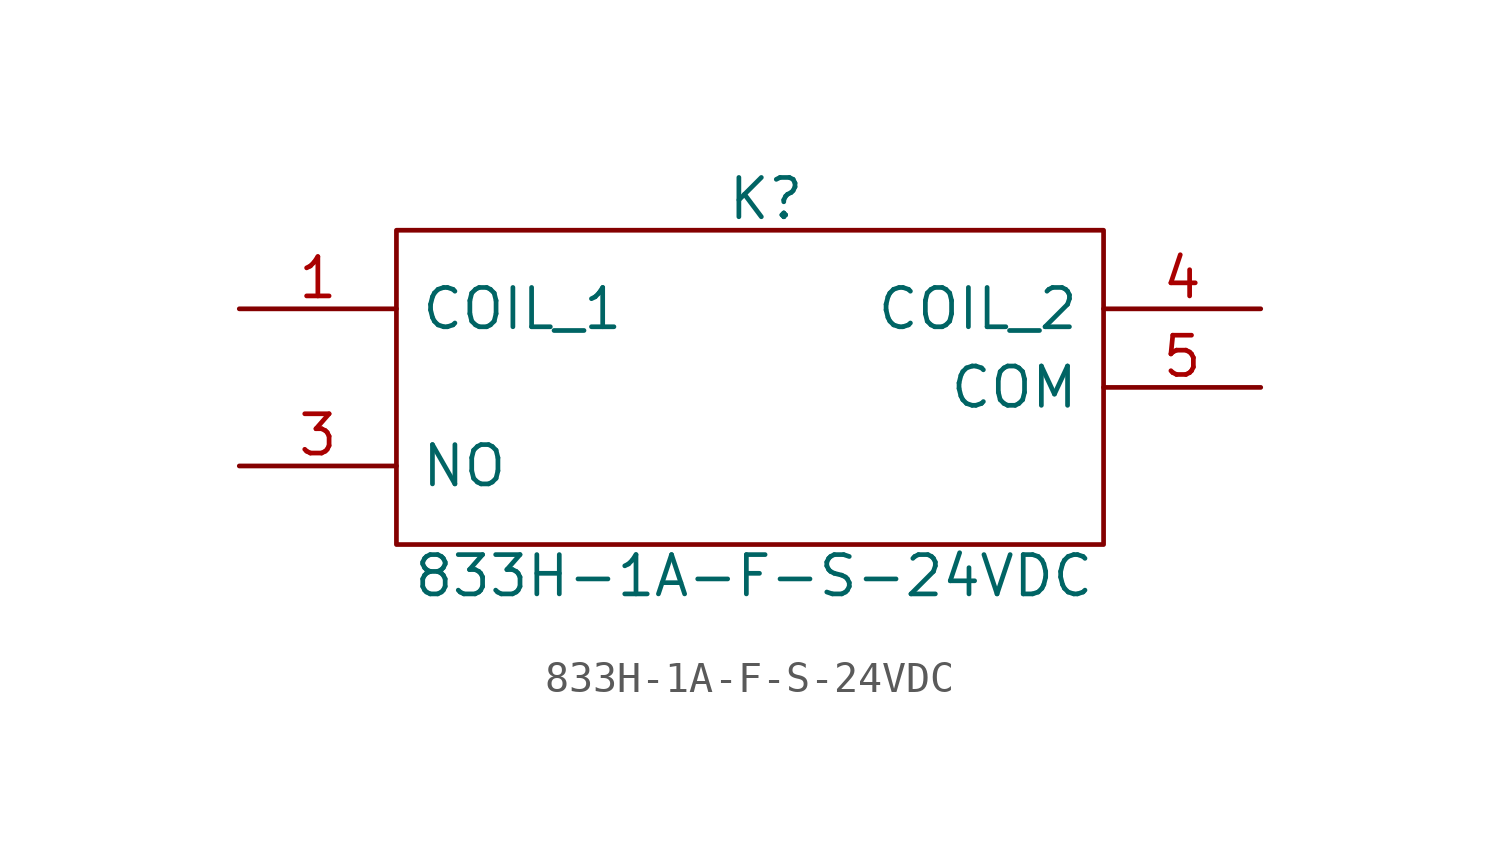
<source format=kicad_sym>
(kicad_symbol_lib
  (version 20211014)
  (generator kicad_symbol_editor)
  (symbol "833H-1A-F-S-24VDC"
    (pin_names
      (offset 0.762))
    (property "Reference" "K"
      (at -0.762 6.096 0)
      (effects (font (size 1.27 1.27)) (justify left)))
    (property "Value" "833H-1A-F-S-24VDC"
      (at -10.922 -6.096 0)
      (effects (font (size 1.27 1.27)) (justify left)))
    (symbol "833H-1A-F-S-24VDC_0_0"
      (pin passive line (at -16.51 2.54 0) (length 5.08) (name "COIL_1" (effects (font (size 1.27 1.27)))) (number "1" (effects (font (size 1.27 1.27)))))
      (pin passive line (at -16.51 -2.54 0) (length 5.08) (name "NO" (effects (font (size 1.27 1.27)))) (number "3" (effects (font (size 1.27 1.27)))))
      (pin passive line (at 16.51 2.54 180) (length 5.08) (name "COIL_2" (effects (font (size 1.27 1.27)))) (number "4" (effects (font (size 1.27 1.27)))))
      (pin passive line (at 16.51 0 180) (length 5.08) (name "COM" (effects (font (size 1.27 1.27)))) (number "5" (effects (font (size 1.27 1.27))))))
    (symbol "833H-1A-F-S-24VDC_0_1"
      (polyline (pts (xy -11.43 5.08) (xy 11.43 5.08) (xy 11.43 -5.08) (xy -11.43 -5.08) (xy -11.43 5.08)) (stroke (width 0.152) (type default) (color 0 0 0 0)) (fill (type none))))))
</source>
